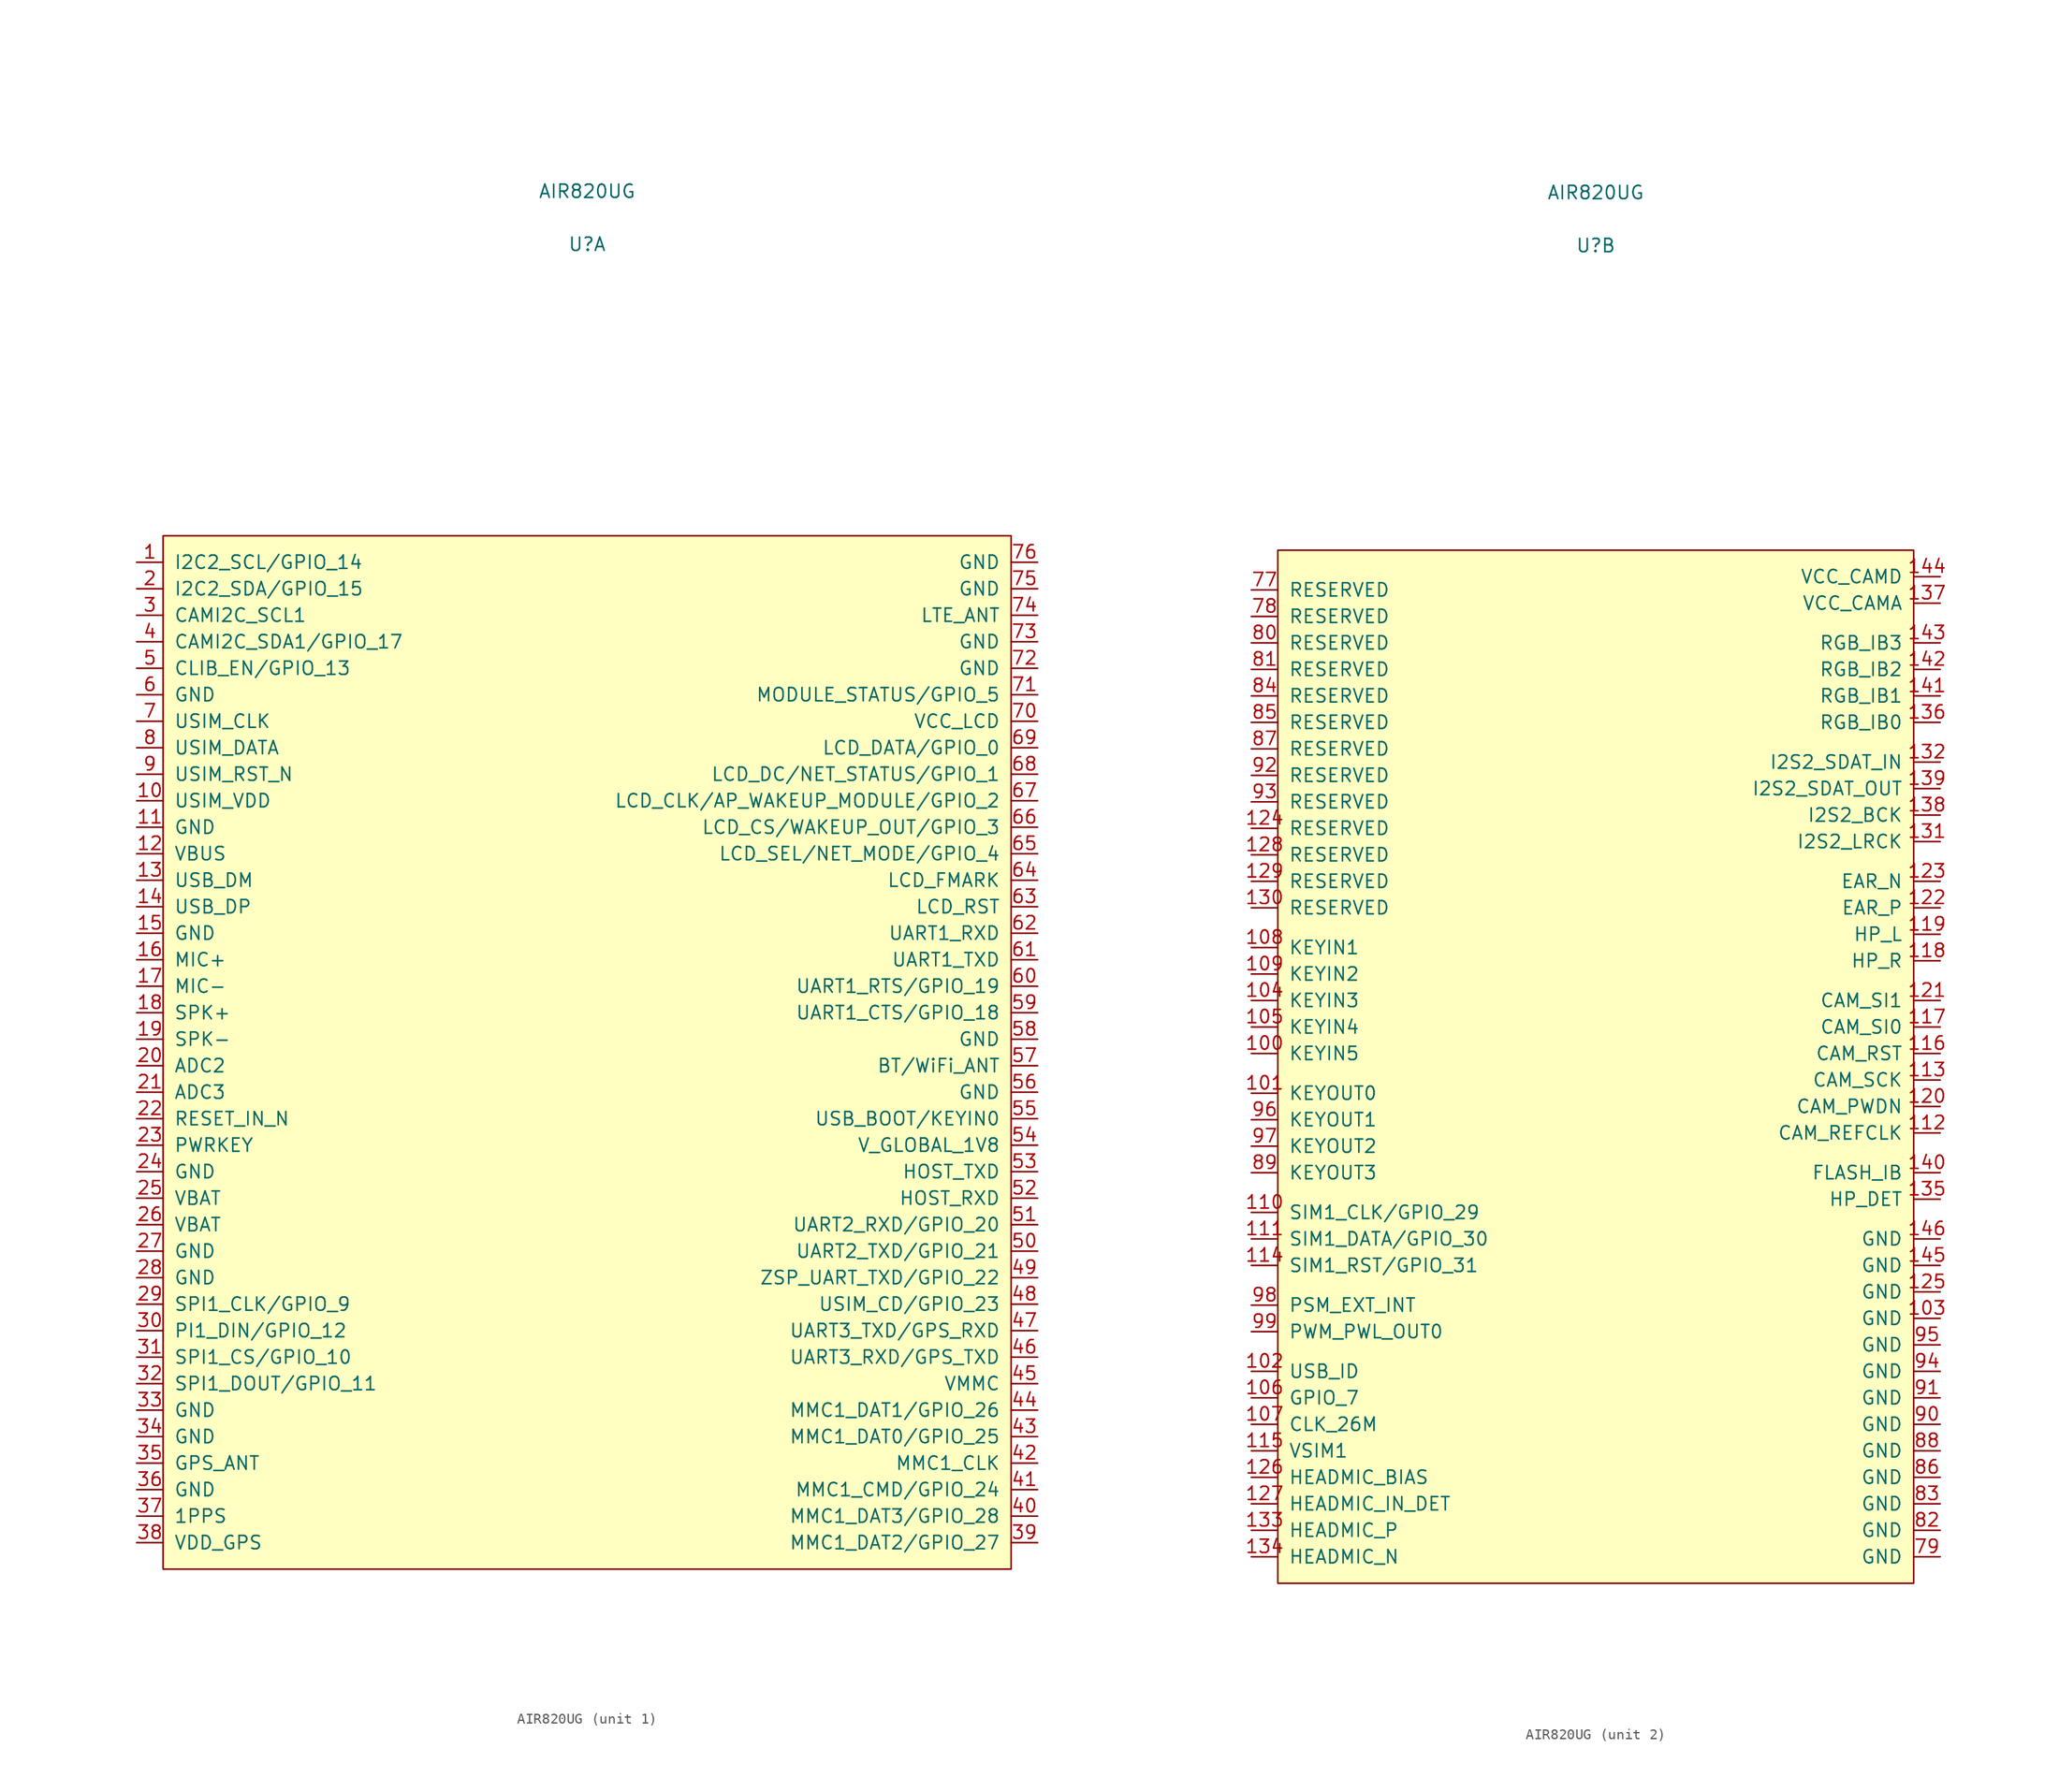
<source format=kicad_sym>
(kicad_symbol_lib
  (version 20220914)
  (generator kicad_symbol_editor)
  (symbol "AIR820UG"
    (pin_names
      (offset 1.016))
    (property "Reference" "U"
      (at 0 78.74 0)
      (effects (font (size 1.27 1.27))))
    (property "Value" "AIR820UG"
      (at 0 83.82 0)
      (effects (font (size 1.27 1.27))))
    (symbol "AIR820UG_1_1"
      (rectangle (start -40.64 50.8) (end 40.64 -48.26) (stroke (width 0.152) (type solid)) (fill (type background)))
      (pin bidirectional line (at -43.18 48.26 0) (length 2.54) (name "I2C2_SCL/GPIO_14" (effects (font (size 1.27 1.27)))) (number "1" (effects (font (size 1.27 1.27)))))
      (pin input line (at -43.18 25.4 0) (length 2.54) (name "USIM_VDD" (effects (font (size 1.27 1.27)))) (number "10" (effects (font (size 1.27 1.27)))))
      (pin input line (at -43.18 22.86 0) (length 2.54) (name "GND" (effects (font (size 1.27 1.27)))) (number "11" (effects (font (size 1.27 1.27)))))
      (pin input line (at -43.18 20.32 0) (length 2.54) (name "VBUS" (effects (font (size 1.27 1.27)))) (number "12" (effects (font (size 1.27 1.27)))))
      (pin input line (at -43.18 17.78 0) (length 2.54) (name "USB_DM" (effects (font (size 1.27 1.27)))) (number "13" (effects (font (size 1.27 1.27)))))
      (pin input line (at -43.18 15.24 0) (length 2.54) (name "USB_DP" (effects (font (size 1.27 1.27)))) (number "14" (effects (font (size 1.27 1.27)))))
      (pin input line (at -43.18 12.7 0) (length 2.54) (name "GND" (effects (font (size 1.27 1.27)))) (number "15" (effects (font (size 1.27 1.27)))))
      (pin input line (at -43.18 10.16 0) (length 2.54) (name "MIC+" (effects (font (size 1.27 1.27)))) (number "16" (effects (font (size 1.27 1.27)))))
      (pin input line (at -43.18 7.62 0) (length 2.54) (name "MIC-" (effects (font (size 1.27 1.27)))) (number "17" (effects (font (size 1.27 1.27)))))
      (pin input line (at -43.18 5.08 0) (length 2.54) (name "SPK+" (effects (font (size 1.27 1.27)))) (number "18" (effects (font (size 1.27 1.27)))))
      (pin input line (at -43.18 2.54 0) (length 2.54) (name "SPK-" (effects (font (size 1.27 1.27)))) (number "19" (effects (font (size 1.27 1.27)))))
      (pin bidirectional line (at -43.18 45.72 0) (length 2.54) (name "I2C2_SDA/GPIO_15" (effects (font (size 1.27 1.27)))) (number "2" (effects (font (size 1.27 1.27)))))
      (pin input line (at -43.18 0 0) (length 2.54) (name "ADC2" (effects (font (size 1.27 1.27)))) (number "20" (effects (font (size 1.27 1.27)))))
      (pin input line (at -43.18 -2.54 0) (length 2.54) (name "ADC3" (effects (font (size 1.27 1.27)))) (number "21" (effects (font (size 1.27 1.27)))))
      (pin input line (at -43.18 -5.08 0) (length 2.54) (name "RESET_IN_N" (effects (font (size 1.27 1.27)))) (number "22" (effects (font (size 1.27 1.27)))))
      (pin input line (at -43.18 -7.62 0) (length 2.54) (name "PWRKEY" (effects (font (size 1.27 1.27)))) (number "23" (effects (font (size 1.27 1.27)))))
      (pin input line (at -43.18 -10.16 0) (length 2.54) (name "GND" (effects (font (size 1.27 1.27)))) (number "24" (effects (font (size 1.27 1.27)))))
      (pin input line (at -43.18 -12.7 0) (length 2.54) (name "VBAT" (effects (font (size 1.27 1.27)))) (number "25" (effects (font (size 1.27 1.27)))))
      (pin input line (at -43.18 -15.24 0) (length 2.54) (name "VBAT" (effects (font (size 1.27 1.27)))) (number "26" (effects (font (size 1.27 1.27)))))
      (pin input line (at -43.18 -17.78 0) (length 2.54) (name "GND" (effects (font (size 1.27 1.27)))) (number "27" (effects (font (size 1.27 1.27)))))
      (pin input line (at -43.18 -20.32 0) (length 2.54) (name "GND" (effects (font (size 1.27 1.27)))) (number "28" (effects (font (size 1.27 1.27)))))
      (pin input line (at -43.18 -22.86 0) (length 2.54) (name "SPI1_CLK/GPIO_9" (effects (font (size 1.27 1.27)))) (number "29" (effects (font (size 1.27 1.27)))))
      (pin output line (at -43.18 43.18 0) (length 2.54) (name "CAMI2C_SCL1" (effects (font (size 1.27 1.27)))) (number "3" (effects (font (size 1.27 1.27)))))
      (pin input line (at -43.18 -25.4 0) (length 2.54) (name "PI1_DIN/GPIO_12" (effects (font (size 1.27 1.27)))) (number "30" (effects (font (size 1.27 1.27)))))
      (pin input line (at -43.18 -27.94 0) (length 2.54) (name "SPI1_CS/GPIO_10" (effects (font (size 1.27 1.27)))) (number "31" (effects (font (size 1.27 1.27)))))
      (pin input line (at -43.18 -30.48 0) (length 2.54) (name "SPI1_DOUT/GPIO_11" (effects (font (size 1.27 1.27)))) (number "32" (effects (font (size 1.27 1.27)))))
      (pin input line (at -43.18 -33.02 0) (length 2.54) (name "GND" (effects (font (size 1.27 1.27)))) (number "33" (effects (font (size 1.27 1.27)))))
      (pin input line (at -43.18 -35.56 0) (length 2.54) (name "GND" (effects (font (size 1.27 1.27)))) (number "34" (effects (font (size 1.27 1.27)))))
      (pin input line (at -43.18 -38.1 0) (length 2.54) (name "GPS_ANT" (effects (font (size 1.27 1.27)))) (number "35" (effects (font (size 1.27 1.27)))))
      (pin input line (at -43.18 -40.64 0) (length 2.54) (name "GND" (effects (font (size 1.27 1.27)))) (number "36" (effects (font (size 1.27 1.27)))))
      (pin input line (at -43.18 -43.18 0) (length 2.54) (name "1PPS" (effects (font (size 1.27 1.27)))) (number "37" (effects (font (size 1.27 1.27)))))
      (pin input line (at -43.18 -45.72 0) (length 2.54) (name "VDD_GPS" (effects (font (size 1.27 1.27)))) (number "38" (effects (font (size 1.27 1.27)))))
      (pin input line (at 43.18 -45.72 180) (length 2.54) (name "MMC1_DAT2/GPIO_27" (effects (font (size 1.27 1.27)))) (number "39" (effects (font (size 1.27 1.27)))))
      (pin input line (at -43.18 40.64 0) (length 2.54) (name "CAMI2C_SDA1/GPIO_17" (effects (font (size 1.27 1.27)))) (number "4" (effects (font (size 1.27 1.27)))))
      (pin input line (at 43.18 -43.18 180) (length 2.54) (name "MMC1_DAT3/GPIO_28" (effects (font (size 1.27 1.27)))) (number "40" (effects (font (size 1.27 1.27)))))
      (pin input line (at 43.18 -40.64 180) (length 2.54) (name "MMC1_CMD/GPIO_24" (effects (font (size 1.27 1.27)))) (number "41" (effects (font (size 1.27 1.27)))))
      (pin input line (at 43.18 -38.1 180) (length 2.54) (name "MMC1_CLK" (effects (font (size 1.27 1.27)))) (number "42" (effects (font (size 1.27 1.27)))))
      (pin input line (at 43.18 -35.56 180) (length 2.54) (name "MMC1_DAT0/GPIO_25" (effects (font (size 1.27 1.27)))) (number "43" (effects (font (size 1.27 1.27)))))
      (pin input line (at 43.18 -33.02 180) (length 2.54) (name "MMC1_DAT1/GPIO_26" (effects (font (size 1.27 1.27)))) (number "44" (effects (font (size 1.27 1.27)))))
      (pin input line (at 43.18 -30.48 180) (length 2.54) (name "VMMC" (effects (font (size 1.27 1.27)))) (number "45" (effects (font (size 1.27 1.27)))))
      (pin input line (at 43.18 -27.94 180) (length 2.54) (name "UART3_RXD/GPS_TXD" (effects (font (size 1.27 1.27)))) (number "46" (effects (font (size 1.27 1.27)))))
      (pin input line (at 43.18 -25.4 180) (length 2.54) (name "UART3_TXD/GPS_RXD" (effects (font (size 1.27 1.27)))) (number "47" (effects (font (size 1.27 1.27)))))
      (pin input line (at 43.18 -22.86 180) (length 2.54) (name "USIM_CD/GPIO_23" (effects (font (size 1.27 1.27)))) (number "48" (effects (font (size 1.27 1.27)))))
      (pin input line (at 43.18 -20.32 180) (length 2.54) (name "ZSP_UART_TXD/GPIO_22" (effects (font (size 1.27 1.27)))) (number "49" (effects (font (size 1.27 1.27)))))
      (pin input line (at -43.18 38.1 0) (length 2.54) (name "CLIB_EN/GPIO_13" (effects (font (size 1.27 1.27)))) (number "5" (effects (font (size 1.27 1.27)))))
      (pin input line (at 43.18 -17.78 180) (length 2.54) (name "UART2_TXD/GPIO_21" (effects (font (size 1.27 1.27)))) (number "50" (effects (font (size 1.27 1.27)))))
      (pin input line (at 43.18 -15.24 180) (length 2.54) (name "UART2_RXD/GPIO_20" (effects (font (size 1.27 1.27)))) (number "51" (effects (font (size 1.27 1.27)))))
      (pin input line (at 43.18 -12.7 180) (length 2.54) (name "HOST_RXD" (effects (font (size 1.27 1.27)))) (number "52" (effects (font (size 1.27 1.27)))))
      (pin input line (at 43.18 -10.16 180) (length 2.54) (name "HOST_TXD" (effects (font (size 1.27 1.27)))) (number "53" (effects (font (size 1.27 1.27)))))
      (pin input line (at 43.18 -7.62 180) (length 2.54) (name "V_GLOBAL_1V8" (effects (font (size 1.27 1.27)))) (number "54" (effects (font (size 1.27 1.27)))))
      (pin input line (at 43.18 -5.08 180) (length 2.54) (name "USB_BOOT/KEYIN0" (effects (font (size 1.27 1.27)))) (number "55" (effects (font (size 1.27 1.27)))))
      (pin input line (at 43.18 -2.54 180) (length 2.54) (name "GND" (effects (font (size 1.27 1.27)))) (number "56" (effects (font (size 1.27 1.27)))))
      (pin input line (at 43.18 0 180) (length 2.54) (name "BT/WiFi_ANT" (effects (font (size 1.27 1.27)))) (number "57" (effects (font (size 1.27 1.27)))))
      (pin input line (at 43.18 2.54 180) (length 2.54) (name "GND" (effects (font (size 1.27 1.27)))) (number "58" (effects (font (size 1.27 1.27)))))
      (pin input line (at 43.18 5.08 180) (length 2.54) (name "UART1_CTS/GPIO_18" (effects (font (size 1.27 1.27)))) (number "59" (effects (font (size 1.27 1.27)))))
      (pin input line (at -43.18 35.56 0) (length 2.54) (name "GND" (effects (font (size 1.27 1.27)))) (number "6" (effects (font (size 1.27 1.27)))))
      (pin input line (at 43.18 7.62 180) (length 2.54) (name "UART1_RTS/GPIO_19" (effects (font (size 1.27 1.27)))) (number "60" (effects (font (size 1.27 1.27)))))
      (pin input line (at 43.18 10.16 180) (length 2.54) (name "UART1_TXD" (effects (font (size 1.27 1.27)))) (number "61" (effects (font (size 1.27 1.27)))))
      (pin input line (at 43.18 12.7 180) (length 2.54) (name "UART1_RXD" (effects (font (size 1.27 1.27)))) (number "62" (effects (font (size 1.27 1.27)))))
      (pin input line (at 43.18 15.24 180) (length 2.54) (name "LCD_RST" (effects (font (size 1.27 1.27)))) (number "63" (effects (font (size 1.27 1.27)))))
      (pin input line (at 43.18 17.78 180) (length 2.54) (name "LCD_FMARK" (effects (font (size 1.27 1.27)))) (number "64" (effects (font (size 1.27 1.27)))))
      (pin input line (at 43.18 20.32 180) (length 2.54) (name "LCD_SEL/NET_MODE/GPIO_4" (effects (font (size 1.27 1.27)))) (number "65" (effects (font (size 1.27 1.27)))))
      (pin input line (at 43.18 22.86 180) (length 2.54) (name "LCD_CS/WAKEUP_OUT/GPIO_3" (effects (font (size 1.27 1.27)))) (number "66" (effects (font (size 1.27 1.27)))))
      (pin input line (at 43.18 25.4 180) (length 2.54) (name "LCD_CLK/AP_WAKEUP_MODULE/GPIO_2" (effects (font (size 1.27 1.27)))) (number "67" (effects (font (size 1.27 1.27)))))
      (pin input line (at 43.18 27.94 180) (length 2.54) (name "LCD_DC/NET_STATUS/GPIO_1" (effects (font (size 1.27 1.27)))) (number "68" (effects (font (size 1.27 1.27)))))
      (pin input line (at 43.18 30.48 180) (length 2.54) (name "LCD_DATA/GPIO_0" (effects (font (size 1.27 1.27)))) (number "69" (effects (font (size 1.27 1.27)))))
      (pin input line (at -43.18 33.02 0) (length 2.54) (name "USIM_CLK" (effects (font (size 1.27 1.27)))) (number "7" (effects (font (size 1.27 1.27)))))
      (pin input line (at 43.18 33.02 180) (length 2.54) (name "VCC_LCD" (effects (font (size 1.27 1.27)))) (number "70" (effects (font (size 1.27 1.27)))))
      (pin input line (at 43.18 35.56 180) (length 2.54) (name "MODULE_STATUS/GPIO_5" (effects (font (size 1.27 1.27)))) (number "71" (effects (font (size 1.27 1.27)))))
      (pin input line (at 43.18 38.1 180) (length 2.54) (name "GND" (effects (font (size 1.27 1.27)))) (number "72" (effects (font (size 1.27 1.27)))))
      (pin input line (at 43.18 40.64 180) (length 2.54) (name "GND" (effects (font (size 1.27 1.27)))) (number "73" (effects (font (size 1.27 1.27)))))
      (pin input line (at 43.18 43.18 180) (length 2.54) (name "LTE_ANT" (effects (font (size 1.27 1.27)))) (number "74" (effects (font (size 1.27 1.27)))))
      (pin input line (at 43.18 45.72 180) (length 2.54) (name "GND" (effects (font (size 1.27 1.27)))) (number "75" (effects (font (size 1.27 1.27)))))
      (pin input line (at 43.18 48.26 180) (length 2.54) (name "GND" (effects (font (size 1.27 1.27)))) (number "76" (effects (font (size 1.27 1.27)))))
      (pin input line (at -43.18 30.48 0) (length 2.54) (name "USIM_DATA" (effects (font (size 1.27 1.27)))) (number "8" (effects (font (size 1.27 1.27)))))
      (pin input line (at -43.18 27.94 0) (length 2.54) (name "USIM_RST_N" (effects (font (size 1.27 1.27)))) (number "9" (effects (font (size 1.27 1.27))))))
    (symbol "AIR820UG_2_1"
      (rectangle (start -30.48 49.53) (end 30.48 -49.53) (stroke (width 0.152) (type solid)) (fill (type background)))
      (pin input line (at -33.02 1.27 0) (length 2.54) (name "KEYIN5" (effects (font (size 1.27 1.27)))) (number "100" (effects (font (size 1.27 1.27)))))
      (pin input line (at -33.02 -2.54 0) (length 2.54) (name "KEYOUT0" (effects (font (size 1.27 1.27)))) (number "101" (effects (font (size 1.27 1.27)))))
      (pin input line (at -33.02 -29.21 0) (length 2.54) (name "USB_ID" (effects (font (size 1.27 1.27)))) (number "102" (effects (font (size 1.27 1.27)))))
      (pin input line (at 33.02 -24.13 180) (length 2.54) (name "GND" (effects (font (size 1.27 1.27)))) (number "103" (effects (font (size 1.27 1.27)))))
      (pin input line (at -33.02 6.35 0) (length 2.54) (name "KEYIN3" (effects (font (size 1.27 1.27)))) (number "104" (effects (font (size 1.27 1.27)))))
      (pin input line (at -33.02 3.81 0) (length 2.54) (name "KEYIN4" (effects (font (size 1.27 1.27)))) (number "105" (effects (font (size 1.27 1.27)))))
      (pin input line (at -33.02 -31.75 0) (length 2.54) (name "GPIO_7" (effects (font (size 1.27 1.27)))) (number "106" (effects (font (size 1.27 1.27)))))
      (pin input line (at -33.02 -34.29 0) (length 2.54) (name "CLK_26M" (effects (font (size 1.27 1.27)))) (number "107" (effects (font (size 1.27 1.27)))))
      (pin input line (at -33.02 11.43 0) (length 2.54) (name "KEYIN1" (effects (font (size 1.27 1.27)))) (number "108" (effects (font (size 1.27 1.27)))))
      (pin input line (at -33.02 8.89 0) (length 2.54) (name "KEYIN2" (effects (font (size 1.27 1.27)))) (number "109" (effects (font (size 1.27 1.27)))))
      (pin input line (at -33.02 -13.97 0) (length 2.54) (name "SIM1_CLK/GPIO_29" (effects (font (size 1.27 1.27)))) (number "110" (effects (font (size 1.27 1.27)))))
      (pin input line (at -33.02 -16.51 0) (length 2.54) (name "SIM1_DATA/GPIO_30" (effects (font (size 1.27 1.27)))) (number "111" (effects (font (size 1.27 1.27)))))
      (pin input line (at 33.02 -6.35 180) (length 2.54) (name "CAM_REFCLK" (effects (font (size 1.27 1.27)))) (number "112" (effects (font (size 1.27 1.27)))))
      (pin input line (at 33.02 -1.27 180) (length 2.54) (name "CAM_SCK" (effects (font (size 1.27 1.27)))) (number "113" (effects (font (size 1.27 1.27)))))
      (pin input line (at -33.02 -19.05 0) (length 2.54) (name "SIM1_RST/GPIO_31" (effects (font (size 1.27 1.27)))) (number "114" (effects (font (size 1.27 1.27)))))
      (pin input line (at -33.02 -36.83 0) (length 2.54) (name "VSIM1" (effects (font (size 1.27 1.27)))) (number "115" (effects (font (size 1.27 1.27)))))
      (pin input line (at 33.02 1.27 180) (length 2.54) (name "CAM_RST" (effects (font (size 1.27 1.27)))) (number "116" (effects (font (size 1.27 1.27)))))
      (pin input line (at 33.02 3.81 180) (length 2.54) (name "CAM_SI0" (effects (font (size 1.27 1.27)))) (number "117" (effects (font (size 1.27 1.27)))))
      (pin input line (at 33.02 10.16 180) (length 2.54) (name "HP_R" (effects (font (size 1.27 1.27)))) (number "118" (effects (font (size 1.27 1.27)))))
      (pin input line (at 33.02 12.7 180) (length 2.54) (name "HP_L" (effects (font (size 1.27 1.27)))) (number "119" (effects (font (size 1.27 1.27)))))
      (pin input line (at 33.02 -3.81 180) (length 2.54) (name "CAM_PWDN" (effects (font (size 1.27 1.27)))) (number "120" (effects (font (size 1.27 1.27)))))
      (pin input line (at 33.02 6.35 180) (length 2.54) (name "CAM_SI1" (effects (font (size 1.27 1.27)))) (number "121" (effects (font (size 1.27 1.27)))))
      (pin input line (at 33.02 15.24 180) (length 2.54) (name "EAR_P" (effects (font (size 1.27 1.27)))) (number "122" (effects (font (size 1.27 1.27)))))
      (pin input line (at 33.02 17.78 180) (length 2.54) (name "EAR_N" (effects (font (size 1.27 1.27)))) (number "123" (effects (font (size 1.27 1.27)))))
      (pin input line (at -33.02 22.86 0) (length 2.54) (name "RESERVED" (effects (font (size 1.27 1.27)))) (number "124" (effects (font (size 1.27 1.27)))))
      (pin input line (at 33.02 -21.59 180) (length 2.54) (name "GND" (effects (font (size 1.27 1.27)))) (number "125" (effects (font (size 1.27 1.27)))))
      (pin input line (at -33.02 -39.37 0) (length 2.54) (name "HEADMIC_BIAS" (effects (font (size 1.27 1.27)))) (number "126" (effects (font (size 1.27 1.27)))))
      (pin input line (at -33.02 -41.91 0) (length 2.54) (name "HEADMIC_IN_DET" (effects (font (size 1.27 1.27)))) (number "127" (effects (font (size 1.27 1.27)))))
      (pin input line (at -33.02 20.32 0) (length 2.54) (name "RESERVED" (effects (font (size 1.27 1.27)))) (number "128" (effects (font (size 1.27 1.27)))))
      (pin input line (at -33.02 17.78 0) (length 2.54) (name "RESERVED" (effects (font (size 1.27 1.27)))) (number "129" (effects (font (size 1.27 1.27)))))
      (pin input line (at -33.02 15.24 0) (length 2.54) (name "RESERVED" (effects (font (size 1.27 1.27)))) (number "130" (effects (font (size 1.27 1.27)))))
      (pin input line (at 33.02 21.59 180) (length 2.54) (name "I2S2_LRCK" (effects (font (size 1.27 1.27)))) (number "131" (effects (font (size 1.27 1.27)))))
      (pin input line (at 33.02 29.21 180) (length 2.54) (name "I2S2_SDAT_IN" (effects (font (size 1.27 1.27)))) (number "132" (effects (font (size 1.27 1.27)))))
      (pin input line (at -33.02 -44.45 0) (length 2.54) (name "HEADMIC_P" (effects (font (size 1.27 1.27)))) (number "133" (effects (font (size 1.27 1.27)))))
      (pin input line (at -33.02 -46.99 0) (length 2.54) (name "HEADMIC_N" (effects (font (size 1.27 1.27)))) (number "134" (effects (font (size 1.27 1.27)))))
      (pin input line (at 33.02 -12.7 180) (length 2.54) (name "HP_DET" (effects (font (size 1.27 1.27)))) (number "135" (effects (font (size 1.27 1.27)))))
      (pin input line (at 33.02 33.02 180) (length 2.54) (name "RGB_IB0" (effects (font (size 1.27 1.27)))) (number "136" (effects (font (size 1.27 1.27)))))
      (pin input line (at 33.02 44.45 180) (length 2.54) (name "VCC_CAMA" (effects (font (size 1.27 1.27)))) (number "137" (effects (font (size 1.27 1.27)))))
      (pin input line (at 33.02 24.13 180) (length 2.54) (name "I2S2_BCK" (effects (font (size 1.27 1.27)))) (number "138" (effects (font (size 1.27 1.27)))))
      (pin input line (at 33.02 26.67 180) (length 2.54) (name "I2S2_SDAT_OUT" (effects (font (size 1.27 1.27)))) (number "139" (effects (font (size 1.27 1.27)))))
      (pin input line (at 33.02 -10.16 180) (length 2.54) (name "FLASH_IB" (effects (font (size 1.27 1.27)))) (number "140" (effects (font (size 1.27 1.27)))))
      (pin input line (at 33.02 35.56 180) (length 2.54) (name "RGB_IB1" (effects (font (size 1.27 1.27)))) (number "141" (effects (font (size 1.27 1.27)))))
      (pin input line (at 33.02 38.1 180) (length 2.54) (name "RGB_IB2" (effects (font (size 1.27 1.27)))) (number "142" (effects (font (size 1.27 1.27)))))
      (pin input line (at 33.02 40.64 180) (length 2.54) (name "RGB_IB3" (effects (font (size 1.27 1.27)))) (number "143" (effects (font (size 1.27 1.27)))))
      (pin input line (at 33.02 46.99 180) (length 2.54) (name "VCC_CAMD" (effects (font (size 1.27 1.27)))) (number "144" (effects (font (size 1.27 1.27)))))
      (pin input line (at 33.02 -19.05 180) (length 2.54) (name "GND" (effects (font (size 1.27 1.27)))) (number "145" (effects (font (size 1.27 1.27)))))
      (pin input line (at 33.02 -16.51 180) (length 2.54) (name "GND" (effects (font (size 1.27 1.27)))) (number "146" (effects (font (size 1.27 1.27)))))
      (pin input line (at -33.02 45.72 0) (length 2.54) (name "RESERVED" (effects (font (size 1.27 1.27)))) (number "77" (effects (font (size 1.27 1.27)))))
      (pin input line (at -33.02 43.18 0) (length 2.54) (name "RESERVED" (effects (font (size 1.27 1.27)))) (number "78" (effects (font (size 1.27 1.27)))))
      (pin input line (at 33.02 -46.99 180) (length 2.54) (name "GND" (effects (font (size 1.27 1.27)))) (number "79" (effects (font (size 1.27 1.27)))))
      (pin input line (at -33.02 40.64 0) (length 2.54) (name "RESERVED" (effects (font (size 1.27 1.27)))) (number "80" (effects (font (size 1.27 1.27)))))
      (pin input line (at -33.02 38.1 0) (length 2.54) (name "RESERVED" (effects (font (size 1.27 1.27)))) (number "81" (effects (font (size 1.27 1.27)))))
      (pin input line (at 33.02 -44.45 180) (length 2.54) (name "GND" (effects (font (size 1.27 1.27)))) (number "82" (effects (font (size 1.27 1.27)))))
      (pin input line (at 33.02 -41.91 180) (length 2.54) (name "GND" (effects (font (size 1.27 1.27)))) (number "83" (effects (font (size 1.27 1.27)))))
      (pin input line (at -33.02 35.56 0) (length 2.54) (name "RESERVED" (effects (font (size 1.27 1.27)))) (number "84" (effects (font (size 1.27 1.27)))))
      (pin input line (at -33.02 33.02 0) (length 2.54) (name "RESERVED" (effects (font (size 1.27 1.27)))) (number "85" (effects (font (size 1.27 1.27)))))
      (pin input line (at 33.02 -39.37 180) (length 2.54) (name "GND" (effects (font (size 1.27 1.27)))) (number "86" (effects (font (size 1.27 1.27)))))
      (pin input line (at -33.02 30.48 0) (length 2.54) (name "RESERVED" (effects (font (size 1.27 1.27)))) (number "87" (effects (font (size 1.27 1.27)))))
      (pin input line (at 33.02 -36.83 180) (length 2.54) (name "GND" (effects (font (size 1.27 1.27)))) (number "88" (effects (font (size 1.27 1.27)))))
      (pin input line (at -33.02 -10.16 0) (length 2.54) (name "KEYOUT3" (effects (font (size 1.27 1.27)))) (number "89" (effects (font (size 1.27 1.27)))))
      (pin input line (at 33.02 -34.29 180) (length 2.54) (name "GND" (effects (font (size 1.27 1.27)))) (number "90" (effects (font (size 1.27 1.27)))))
      (pin input line (at 33.02 -31.75 180) (length 2.54) (name "GND" (effects (font (size 1.27 1.27)))) (number "91" (effects (font (size 1.27 1.27)))))
      (pin input line (at -33.02 27.94 0) (length 2.54) (name "RESERVED" (effects (font (size 1.27 1.27)))) (number "92" (effects (font (size 1.27 1.27)))))
      (pin input line (at -33.02 25.4 0) (length 2.54) (name "RESERVED" (effects (font (size 1.27 1.27)))) (number "93" (effects (font (size 1.27 1.27)))))
      (pin input line (at 33.02 -29.21 180) (length 2.54) (name "GND" (effects (font (size 1.27 1.27)))) (number "94" (effects (font (size 1.27 1.27)))))
      (pin input line (at 33.02 -26.67 180) (length 2.54) (name "GND" (effects (font (size 1.27 1.27)))) (number "95" (effects (font (size 1.27 1.27)))))
      (pin input line (at -33.02 -5.08 0) (length 2.54) (name "KEYOUT1" (effects (font (size 1.27 1.27)))) (number "96" (effects (font (size 1.27 1.27)))))
      (pin input line (at -33.02 -7.62 0) (length 2.54) (name "KEYOUT2" (effects (font (size 1.27 1.27)))) (number "97" (effects (font (size 1.27 1.27)))))
      (pin input line (at -33.02 -22.86 0) (length 2.54) (name "PSM_EXT_INT" (effects (font (size 1.27 1.27)))) (number "98" (effects (font (size 1.27 1.27)))))
      (pin input line (at -33.02 -25.4 0) (length 2.54) (name "PWM_PWL_OUT0" (effects (font (size 1.27 1.27)))) (number "99" (effects (font (size 1.27 1.27))))))))
</source>
